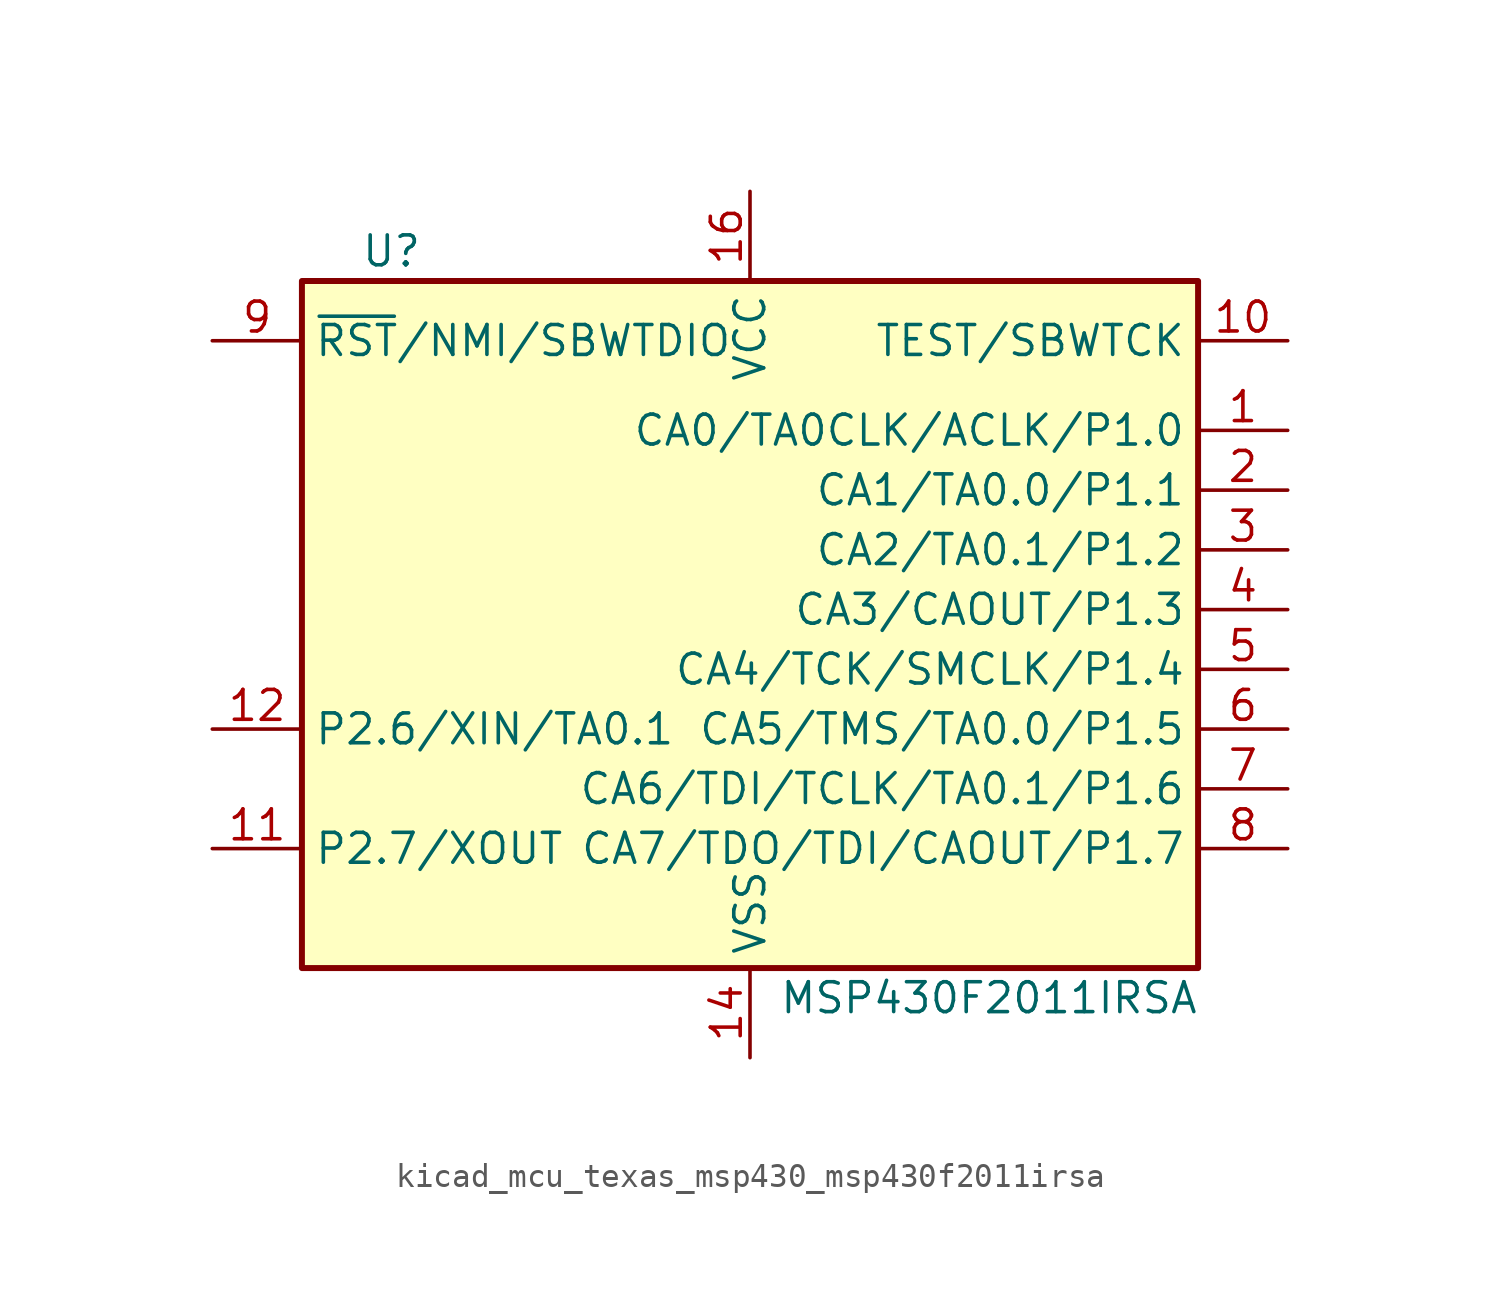
<source format=kicad_sym>
(kicad_symbol_lib
  (version 20220914)
  (generator kicad_symbol_editor)
  (symbol "kicad_mcu_texas_msp430_msp430f2011irsa"
    (property "Reference" "U"
      (at -15.24 15.24 0)
      (effects (font (size 1.27 1.27))))
    (property "Value" "MSP430F2011IRSA"
      (at 10.16 -16.51 0)
      (effects (font (size 1.27 1.27))))
    (symbol "kicad_mcu_texas_msp430_msp430f2011irsa_0_1"
      (rectangle (start -19.05 13.97) (end 19.05 -15.24) (stroke (width 0.254) (type default)) (fill (type background))))
    (symbol "kicad_mcu_texas_msp430_msp430f2011irsa_1_1"
      (pin bidirectional line (at 22.86 7.62 180) (length 3.81) (name "CA0/TA0CLK/ACLK/P1.0" (effects (font (size 1.27 1.27)))) (number "1" (effects (font (size 1.27 1.27)))))
      (pin input line (at 22.86 11.43 180) (length 3.81) (name "TEST/SBWTCK" (effects (font (size 1.27 1.27)))) (number "10" (effects (font (size 1.27 1.27)))))
      (pin bidirectional line (at -22.86 -10.16 0) (length 3.81) (name "P2.7/XOUT" (effects (font (size 1.27 1.27)))) (number "11" (effects (font (size 1.27 1.27)))))
      (pin bidirectional line (at -22.86 -5.08 0) (length 3.81) (name "P2.6/XIN/TA0.1" (effects (font (size 1.27 1.27)))) (number "12" (effects (font (size 1.27 1.27)))))
      (pin power_in line (at 0 -19.05 90) (length 3.81) (name "VSS" (effects (font (size 1.27 1.27)))) (number "14" (effects (font (size 1.27 1.27)))))
      (pin power_in line (at 0 17.78 270) (length 3.81) (name "VCC" (effects (font (size 1.27 1.27)))) (number "16" (effects (font (size 1.27 1.27)))))
      (pin bidirectional line (at 22.86 5.08 180) (length 3.81) (name "CA1/TA0.0/P1.1" (effects (font (size 1.27 1.27)))) (number "2" (effects (font (size 1.27 1.27)))))
      (pin bidirectional line (at 22.86 2.54 180) (length 3.81) (name "CA2/TA0.1/P1.2" (effects (font (size 1.27 1.27)))) (number "3" (effects (font (size 1.27 1.27)))))
      (pin bidirectional line (at 22.86 0 180) (length 3.81) (name "CA3/CAOUT/P1.3" (effects (font (size 1.27 1.27)))) (number "4" (effects (font (size 1.27 1.27)))))
      (pin bidirectional line (at 22.86 -2.54 180) (length 3.81) (name "CA4/TCK/SMCLK/P1.4" (effects (font (size 1.27 1.27)))) (number "5" (effects (font (size 1.27 1.27)))))
      (pin bidirectional line (at 22.86 -5.08 180) (length 3.81) (name "CA5/TMS/TA0.0/P1.5" (effects (font (size 1.27 1.27)))) (number "6" (effects (font (size 1.27 1.27)))))
      (pin bidirectional line (at 22.86 -7.62 180) (length 3.81) (name "CA6/TDI/TCLK/TA0.1/P1.6" (effects (font (size 1.27 1.27)))) (number "7" (effects (font (size 1.27 1.27)))))
      (pin bidirectional line (at 22.86 -10.16 180) (length 3.81) (name "CA7/TDO/TDI/CAOUT/P1.7" (effects (font (size 1.27 1.27)))) (number "8" (effects (font (size 1.27 1.27)))))
      (pin input line (at -22.86 11.43 0) (length 3.81) (name "~{RST}/NMI/SBWTDIO" (effects (font (size 1.27 1.27)))) (number "9" (effects (font (size 1.27 1.27))))))))
</source>
